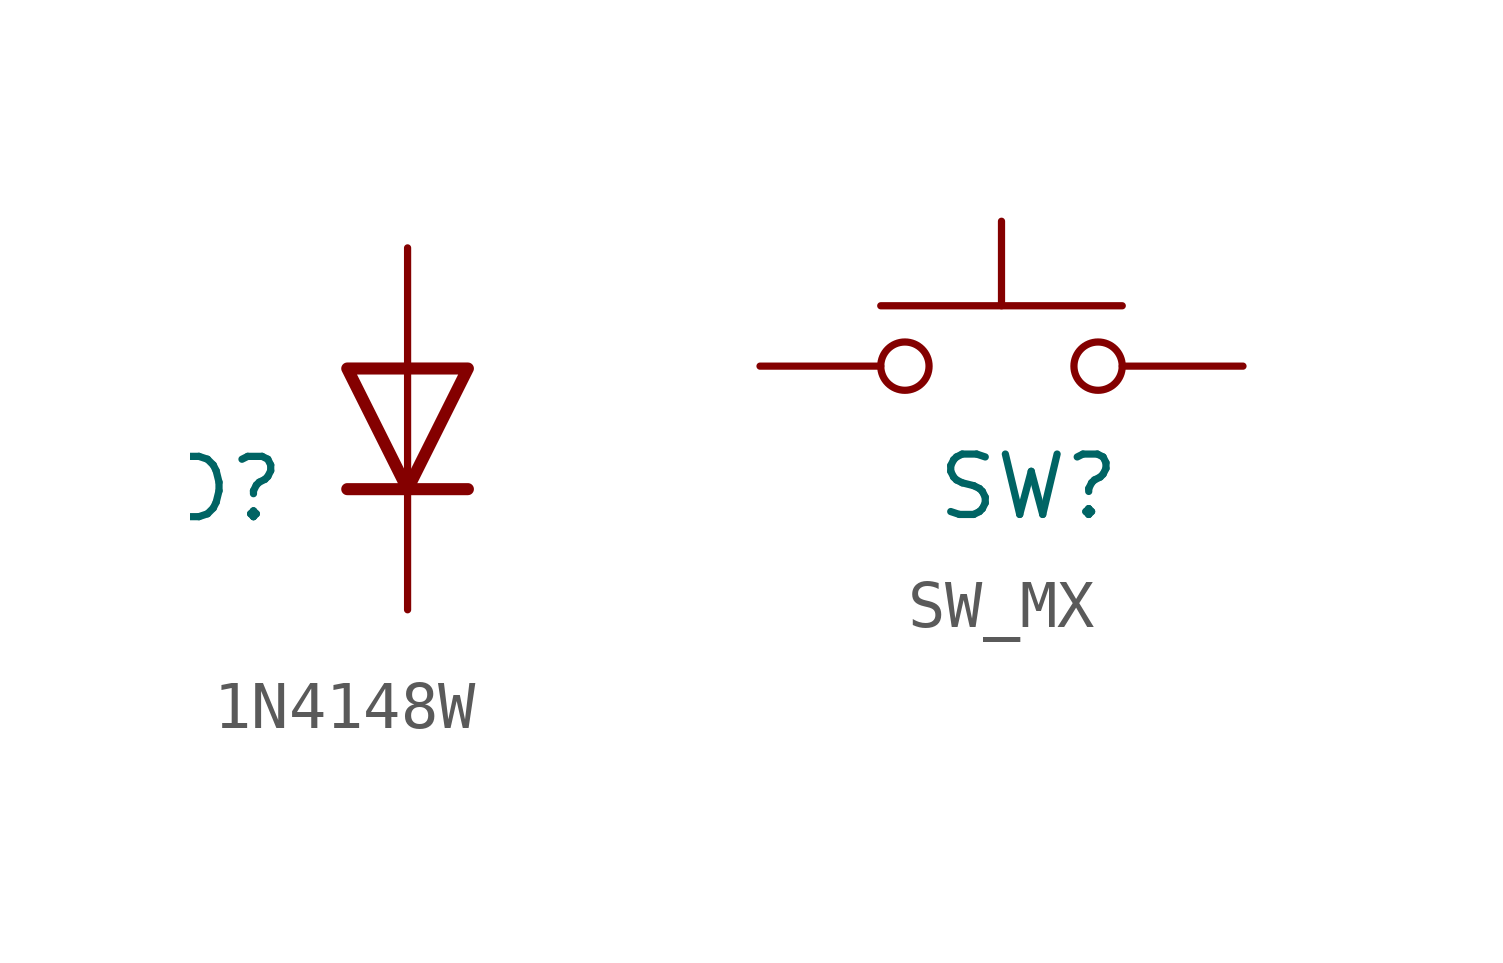
<source format=kicad_sym>
(kicad_symbol_lib
  (version 20220914)
  (generator kicad_symbol_editor)
  (symbol "1N4148W"
    (pin_numbers hide)
    (pin_names hide)
    (property "Reference" "D"
      (at -2.54 -1.27 0)
      (do_not_autoplace)
      (effects (font (size 1.27 1.27)) (justify right)))
    (symbol "1N4148W_0_1"
      (polyline (pts (xy -1.27 -1.27) (xy 1.27 -1.27)) (stroke (width 0.254) (type default)) (fill (type none)))
      (polyline (pts (xy 0 1.27) (xy 0 -1.27)) (stroke (width 0) (type default)) (fill (type none)))
      (polyline (pts (xy -1.27 1.27) (xy 1.27 1.27) (xy 0 -1.27) (xy -1.27 1.27)) (stroke (width 0.254) (type default)) (fill (type none))))
    (symbol "1N4148W_1_1"
      (pin passive line (at 0 -3.81 90) (length 2.54) (name "K" (effects (font (size 1.27 1.27)))) (number "1" (effects (font (size 1.27 1.27)))))
      (pin passive line (at 0 3.81 270) (length 2.54) (name "A" (effects (font (size 1.27 1.27)))) (number "2" (effects (font (size 1.27 1.27)))))))
  (symbol "SW_MX"
    (pin_numbers hide)
    (pin_names
      (offset 1.016) hide)
    (property "Reference" "SW"
      (at 2.54 -2.54 0)
      (effects (font (size 1.27 1.27)) (justify right)))
    (symbol "SW_MX_0_1"
      (circle (center -2.032 0) (radius 0.508) (stroke (width 0) (type default)) (fill (type none)))
      (polyline (pts (xy 0 1.27) (xy 0 3.048)) (stroke (width 0) (type default)) (fill (type none)))
      (polyline (pts (xy 2.54 1.27) (xy -2.54 1.27)) (stroke (width 0) (type default)) (fill (type none)))
      (circle (center 2.032 0) (radius 0.508) (stroke (width 0) (type default)) (fill (type none)))
      (pin passive line (at -5.08 0 0) (length 2.54) (name "1" (effects (font (size 1.27 1.27)))) (number "1" (effects (font (size 1.27 1.27)))))
      (pin passive line (at 5.08 0 180) (length 2.54) (name "2" (effects (font (size 1.27 1.27)))) (number "2" (effects (font (size 1.27 1.27))))))))
</source>
